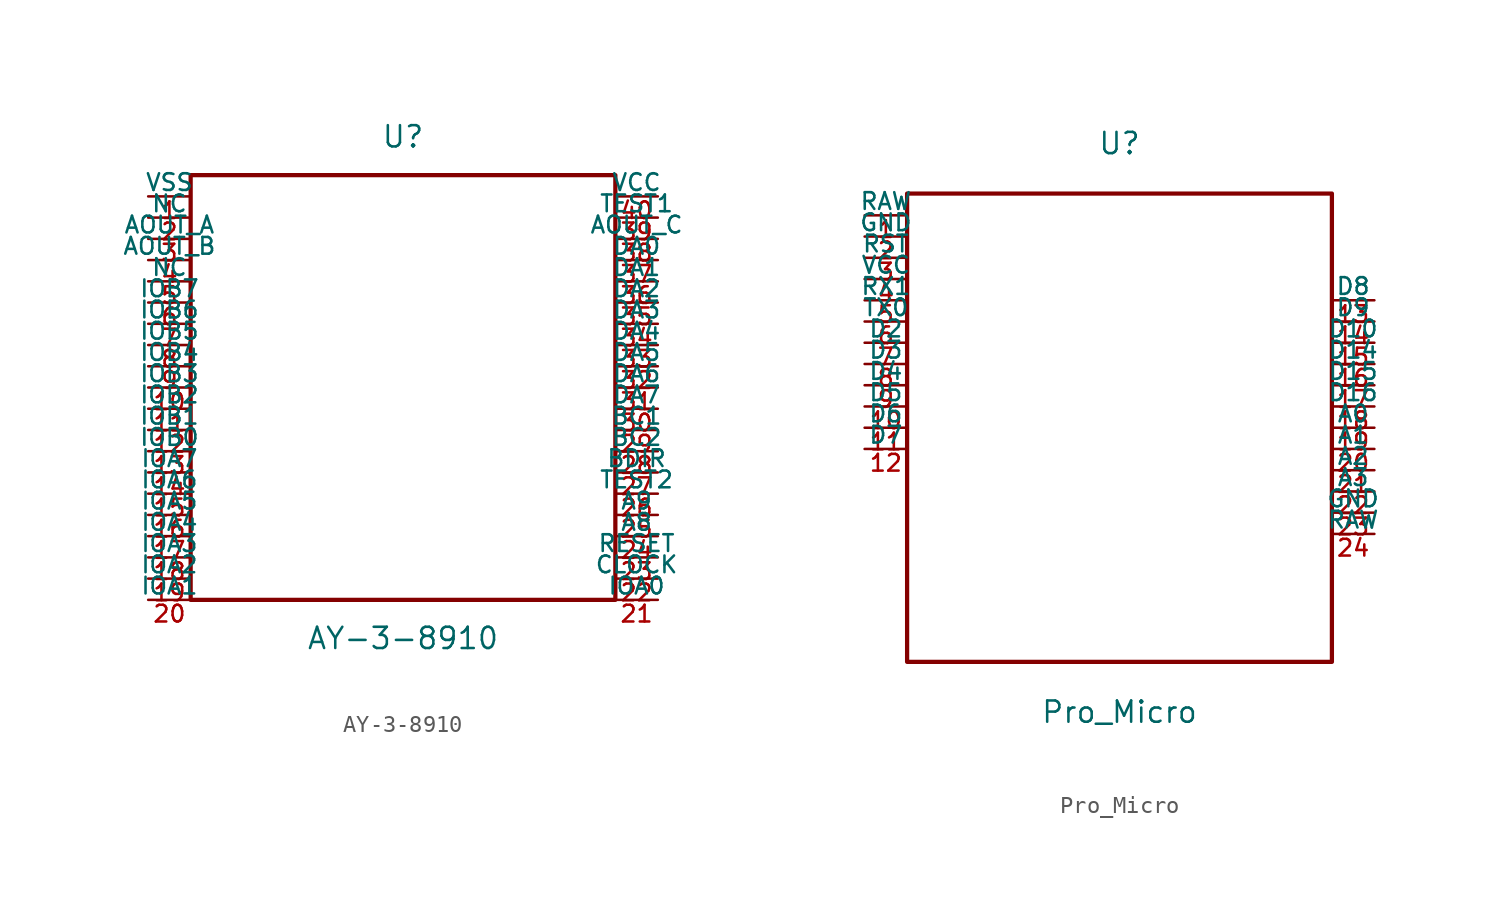
<source format=kicad_sym>
(kicad_symbol_lib
  (version 20211014)
  (generator "kicad_symbol_editor")
  (symbol "AY-3-8910"
    (pin_names
      (offset 0))
    (property "Reference" "U"
      (at 0 15 0)
      (effects (font (size 1.27 1.27))))
    (property "Value" "AY-3-8910"
      (at 0 -15 0)
      (effects (font (size 1.27 1.27))))
    (symbol "AY-3-8910_0_1"
      (rectangle (start -12.7 12.7) (end 12.7 -12.7) (stroke (width 0.254) (type default)) (fill (type none)))
      (pin power_in line (at -15.24 11.43 0) (length 2.54) (name "VSS" (effects (font (size 1 1)))) (number "1" (effects (font (size 1 1)))))
      (pin passive line (at -15.24 10.16 0) (length 2.54) (name "NC" (effects (font (size 1 1)))) (number "2" (effects (font (size 1 1)))))
      (pin output line (at -15.24 8.89 0) (length 2.54) (name "AOUT_A" (effects (font (size 1 1)))) (number "3" (effects (font (size 1 1)))))
      (pin output line (at -15.24 7.62 0) (length 2.54) (name "AOUT_B" (effects (font (size 1 1)))) (number "4" (effects (font (size 1 1)))))
      (pin passive line (at -15.24 6.35 0) (length 2.54) (name "NC" (effects (font (size 1 1)))) (number "5" (effects (font (size 1 1)))))
      (pin bidirectional line (at -15.24 5.08 0) (length 2.54) (name "IOB7" (effects (font (size 1 1)))) (number "6" (effects (font (size 1 1)))))
      (pin bidirectional line (at -15.24 3.81 0) (length 2.54) (name "IOB6" (effects (font (size 1 1)))) (number "7" (effects (font (size 1 1)))))
      (pin bidirectional line (at -15.24 2.54 0) (length 2.54) (name "IOB5" (effects (font (size 1 1)))) (number "8" (effects (font (size 1 1)))))
      (pin bidirectional line (at -15.24 1.27 0) (length 2.54) (name "IOB4" (effects (font (size 1 1)))) (number "9" (effects (font (size 1 1)))))
      (pin bidirectional line (at -15.24 0 0) (length 2.54) (name "IOB3" (effects (font (size 1 1)))) (number "10" (effects (font (size 1 1)))))
      (pin bidirectional line (at -15.24 -1.27 0) (length 2.54) (name "IOB2" (effects (font (size 1 1)))) (number "11" (effects (font (size 1 1)))))
      (pin bidirectional line (at -15.24 -2.54 0) (length 2.54) (name "IOB1" (effects (font (size 1 1)))) (number "12" (effects (font (size 1 1)))))
      (pin bidirectional line (at -15.24 -3.81 0) (length 2.54) (name "IOB0" (effects (font (size 1 1)))) (number "13" (effects (font (size 1 1)))))
      (pin bidirectional line (at -15.24 -5.08 0) (length 2.54) (name "IOA7" (effects (font (size 1 1)))) (number "14" (effects (font (size 1 1)))))
      (pin bidirectional line (at -15.24 -6.35 0) (length 2.54) (name "IOA6" (effects (font (size 1 1)))) (number "15" (effects (font (size 1 1)))))
      (pin bidirectional line (at -15.24 -7.62 0) (length 2.54) (name "IOA5" (effects (font (size 1 1)))) (number "16" (effects (font (size 1 1)))))
      (pin bidirectional line (at -15.24 -8.89 0) (length 2.54) (name "IOA4" (effects (font (size 1 1)))) (number "17" (effects (font (size 1 1)))))
      (pin bidirectional line (at -15.24 -10.16 0) (length 2.54) (name "IOA3" (effects (font (size 1 1)))) (number "18" (effects (font (size 1 1)))))
      (pin bidirectional line (at -15.24 -11.43 0) (length 2.54) (name "IOA2" (effects (font (size 1 1)))) (number "19" (effects (font (size 1 1)))))
      (pin bidirectional line (at -15.24 -12.7 0) (length 2.54) (name "IOA1" (effects (font (size 1 1)))) (number "20" (effects (font (size 1 1)))))
      (pin bidirectional line (at 15.24 -12.7 180) (length 2.54) (name "IOA0" (effects (font (size 1 1)))) (number "21" (effects (font (size 1 1)))))
      (pin input line (at 15.24 -11.43 180) (length 2.54) (name "CLOCK" (effects (font (size 1 1)))) (number "22" (effects (font (size 1 1)))))
      (pin input line (at 15.24 -10.16 180) (length 2.54) (name "RESET" (effects (font (size 1 1)))) (number "23" (effects (font (size 1 1)))))
      (pin input line (at 15.24 -8.89 180) (length 2.54) (name "A8" (effects (font (size 1 1)))) (number "24" (effects (font (size 1 1)))))
      (pin input line (at 15.24 -7.62 180) (length 2.54) (name "A9" (effects (font (size 1 1)))) (number "25" (effects (font (size 1 1)))))
      (pin passive line (at 15.24 -6.35 180) (length 2.54) (name "TEST2" (effects (font (size 1 1)))) (number "26" (effects (font (size 1 1)))))
      (pin input line (at 15.24 -5.08 180) (length 2.54) (name "BDIR" (effects (font (size 1 1)))) (number "27" (effects (font (size 1 1)))))
      (pin input line (at 15.24 -3.81 180) (length 2.54) (name "BC2" (effects (font (size 1 1)))) (number "28" (effects (font (size 1 1)))))
      (pin input line (at 15.24 -2.54 180) (length 2.54) (name "BC1" (effects (font (size 1 1)))) (number "29" (effects (font (size 1 1)))))
      (pin input line (at 15.24 -1.27 180) (length 2.54) (name "DA7" (effects (font (size 1 1)))) (number "30" (effects (font (size 1 1)))))
      (pin input line (at 15.24 0 180) (length 2.54) (name "DA6" (effects (font (size 1 1)))) (number "31" (effects (font (size 1 1)))))
      (pin input line (at 15.24 1.27 180) (length 2.54) (name "DA5" (effects (font (size 1 1)))) (number "32" (effects (font (size 1 1)))))
      (pin input line (at 15.24 2.54 180) (length 2.54) (name "DA4" (effects (font (size 1 1)))) (number "33" (effects (font (size 1 1)))))
      (pin input line (at 15.24 3.81 180) (length 2.54) (name "DA3" (effects (font (size 1 1)))) (number "34" (effects (font (size 1 1)))))
      (pin input line (at 15.24 5.08 180) (length 2.54) (name "DA2" (effects (font (size 1 1)))) (number "35" (effects (font (size 1 1)))))
      (pin input line (at 15.24 6.35 180) (length 2.54) (name "DA1" (effects (font (size 1 1)))) (number "36" (effects (font (size 1 1)))))
      (pin input line (at 15.24 7.62 180) (length 2.54) (name "DA0" (effects (font (size 1 1)))) (number "37" (effects (font (size 1 1)))))
      (pin output line (at 15.24 8.89 180) (length 2.54) (name "AOUT_C" (effects (font (size 1 1)))) (number "38" (effects (font (size 1 1)))))
      (pin passive line (at 15.24 10.16 180) (length 2.54) (name "TEST1" (effects (font (size 1 1)))) (number "39" (effects (font (size 1 1)))))
      (pin power_in line (at 15.24 11.43 180) (length 2.54) (name "VCC" (effects (font (size 1 1)))) (number "40" (effects (font (size 1 1)))))))
  (symbol "Pro_Micro"
    (pin_names
      (offset 0))
    (property "Reference" "U"
      (at 0 17 0)
      (effects (font (size 1.27 1.27))))
    (property "Value" "Pro_Micro"
      (at 0 -17 0)
      (effects (font (size 1.27 1.27))))
    (symbol "Pro_Micro_0_1"
      (rectangle (start -12.7 14) (end 12.7 -14) (stroke (width 0.254) (type default)) (fill (type none)))
      (pin power_in line (at -15.24 12.7 0) (length 2.54) (name "RAW" (effects (font (size 1 1)))) (number "1" (effects (font (size 1 1)))))
      (pin power_in line (at -15.24 11.43 0) (length 2.54) (name "GND" (effects (font (size 1 1)))) (number "2" (effects (font (size 1 1)))))
      (pin power_in line (at -15.24 10.16 0) (length 2.54) (name "RST" (effects (font (size 1 1)))) (number "3" (effects (font (size 1 1)))))
      (pin power_in line (at -15.24 8.89 0) (length 2.54) (name "VCC" (effects (font (size 1 1)))) (number "4" (effects (font (size 1 1)))))
      (pin bidirectional line (at -15.24 7.62 0) (length 2.54) (name "RX1" (effects (font (size 1 1)))) (number "5" (effects (font (size 1 1)))))
      (pin bidirectional line (at -15.24 6.35 0) (length 2.54) (name "TX0" (effects (font (size 1 1)))) (number "6" (effects (font (size 1 1)))))
      (pin bidirectional line (at -15.24 5.08 0) (length 2.54) (name "D2" (effects (font (size 1 1)))) (number "7" (effects (font (size 1 1)))))
      (pin bidirectional line (at -15.24 3.81 0) (length 2.54) (name "D3" (effects (font (size 1 1)))) (number "8" (effects (font (size 1 1)))))
      (pin bidirectional line (at -15.24 2.54 0) (length 2.54) (name "D4" (effects (font (size 1 1)))) (number "9" (effects (font (size 1 1)))))
      (pin bidirectional line (at -15.24 1.27 0) (length 2.54) (name "D5" (effects (font (size 1 1)))) (number "10" (effects (font (size 1 1)))))
      (pin bidirectional line (at -15.24 0 0) (length 2.54) (name "D6" (effects (font (size 1 1)))) (number "11" (effects (font (size 1 1)))))
      (pin bidirectional line (at -15.24 -1.27 0) (length 2.54) (name "D7" (effects (font (size 1 1)))) (number "12" (effects (font (size 1 1)))))
      (pin bidirectional line (at 15.24 7.62 180) (length 2.54) (name "D8" (effects (font (size 1 1)))) (number "13" (effects (font (size 1 1)))))
      (pin bidirectional line (at 15.24 6.35 180) (length 2.54) (name "D9" (effects (font (size 1 1)))) (number "14" (effects (font (size 1 1)))))
      (pin bidirectional line (at 15.24 5.08 180) (length 2.54) (name "D10" (effects (font (size 1 1)))) (number "15" (effects (font (size 1 1)))))
      (pin bidirectional line (at 15.24 3.81 180) (length 2.54) (name "D14" (effects (font (size 1 1)))) (number "16" (effects (font (size 1 1)))))
      (pin bidirectional line (at 15.24 2.54 180) (length 2.54) (name "D15" (effects (font (size 1 1)))) (number "17" (effects (font (size 1 1)))))
      (pin bidirectional line (at 15.24 1.27 180) (length 2.54) (name "D16" (effects (font (size 1 1)))) (number "18" (effects (font (size 1 1)))))
      (pin bidirectional line (at 15.24 0 180) (length 2.54) (name "A0" (effects (font (size 1 1)))) (number "19" (effects (font (size 1 1)))))
      (pin bidirectional line (at 15.24 -1.27 180) (length 2.54) (name "A1" (effects (font (size 1 1)))) (number "20" (effects (font (size 1 1)))))
      (pin bidirectional line (at 15.24 -2.54 180) (length 2.54) (name "A2" (effects (font (size 1 1)))) (number "21" (effects (font (size 1 1)))))
      (pin bidirectional line (at 15.24 -3.81 180) (length 2.54) (name "A3" (effects (font (size 1 1)))) (number "22" (effects (font (size 1 1)))))
      (pin power_in line (at 15.24 -5.08 180) (length 2.54) (name "GND" (effects (font (size 1 1)))) (number "23" (effects (font (size 1 1)))))
      (pin power_in line (at 15.24 -6.35 180) (length 2.54) (name "RAW" (effects (font (size 1 1)))) (number "24" (effects (font (size 1 1))))))))
</source>
